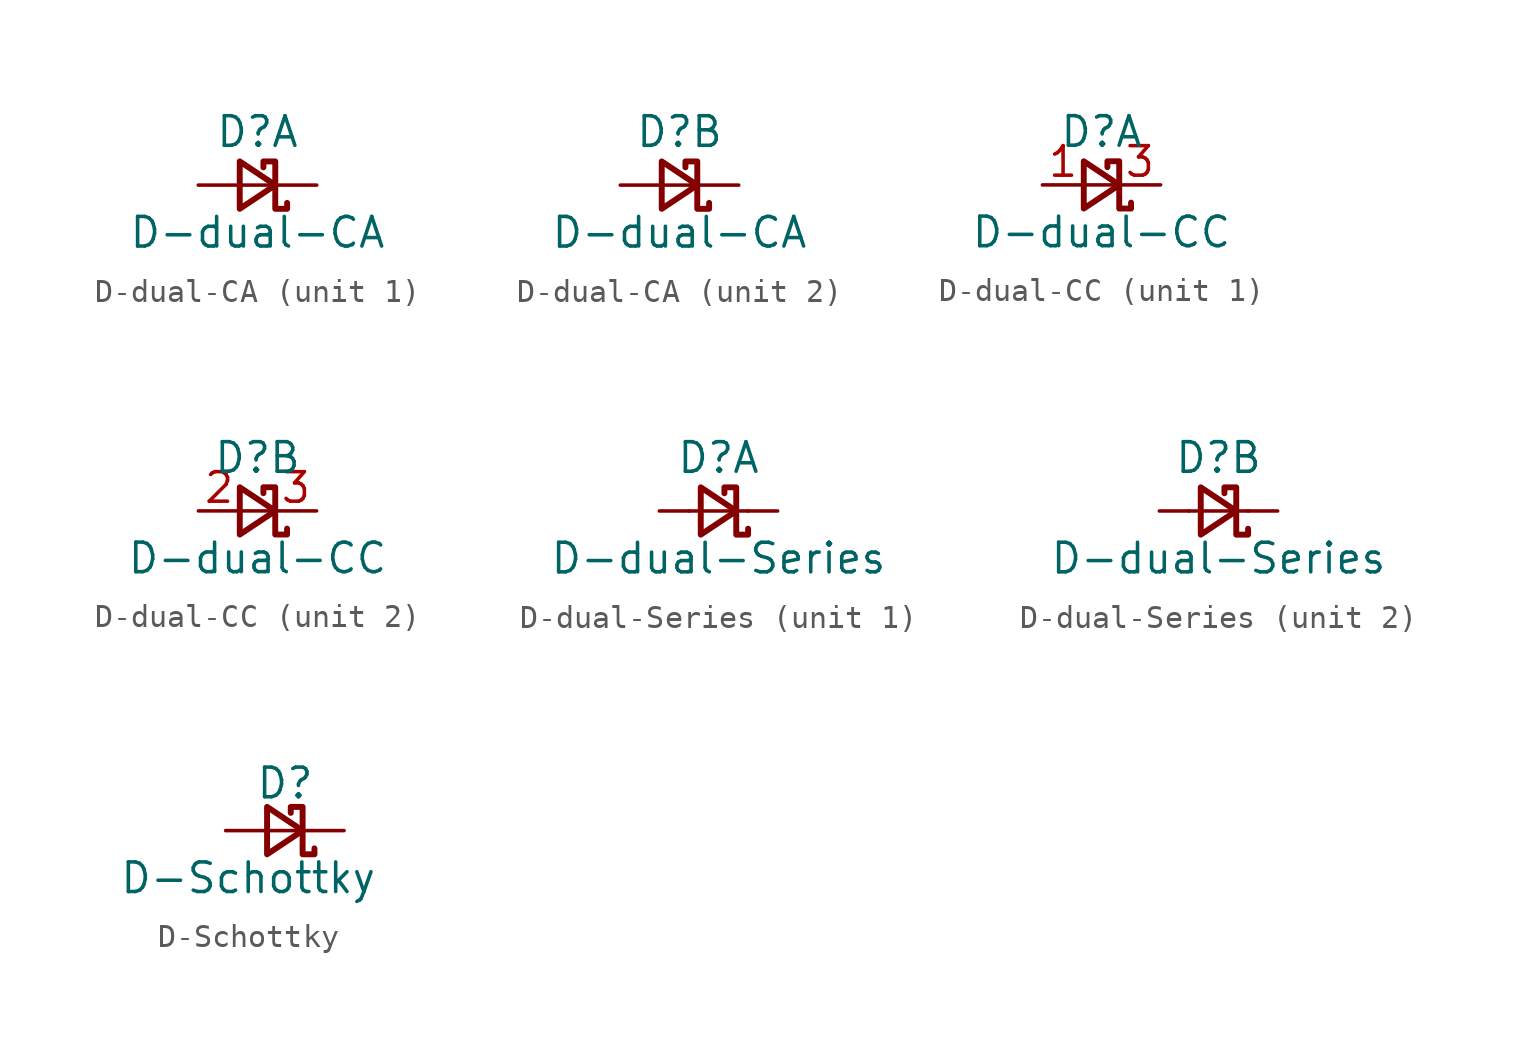
<source format=kicad_sym>
(kicad_symbol_lib
  (version 20231120)
  (generator "kicad_symbol_editor")
  (generator_version "8.0")
  (symbol "D-dual-CA"
    (pin_numbers hide)
    (pin_names hide)
    (property "Reference" "D"
      (at 0 2.286 0)
      (effects (font (size 1.27 1.27))))
    (property "Value" "D-dual-CA"
      (at 0 -2.032 0)
      (effects (font (size 1.27 1.27))))
    (symbol "D-dual-CA_0_1"
      (polyline (pts (xy 0.762 0) (xy -0.762 0)) (stroke (width 0) (type default)) (fill (type none)))
      (polyline (pts (xy -0.762 1.016) (xy 0.762 0) (xy -0.762 -1.016) (xy -0.762 1.016)) (stroke (width 0.254) (type default)) (fill (type none)))
      (polyline (pts (xy 1.27 -0.762) (xy 1.27 -1.016) (xy 0.762 -1.016) (xy 0.762 1.016) (xy 0.254 1.016) (xy 0.254 0.762)) (stroke (width 0.254) (type default)) (fill (type none)))
      (pin passive line (at -2.54 0 0) (length 1.778) (name "A" (effects (font (size 1.27 1.27)))) (number "3" (effects (font (size 1.27 1.27))))))
    (symbol "D-dual-CA_1_1"
      (pin passive line (at 2.54 0 180) (length 1.778) (name "K" (effects (font (size 1.27 1.27)))) (number "1" (effects (font (size 1.27 1.27))))))
    (symbol "D-dual-CA_2_1"
      (pin passive line (at 2.54 0 180) (length 1.778) (name "K" (effects (font (size 1.27 1.27)))) (number "2" (effects (font (size 1.27 1.27)))))))
  (symbol "D-dual-CC"
    (pin_names hide)
    (property "Reference" "D"
      (at 0 2.286 0)
      (effects (font (size 1.27 1.27))))
    (property "Value" "D-dual-CC"
      (at 0 -2.032 0)
      (effects (font (size 1.27 1.27))))
    (symbol "D-dual-CC_0_1"
      (polyline (pts (xy 0.762 0) (xy -0.762 0)) (stroke (width 0) (type default)) (fill (type none)))
      (polyline (pts (xy -0.762 1.016) (xy 0.762 0) (xy -0.762 -1.016) (xy -0.762 1.016)) (stroke (width 0.254) (type default)) (fill (type none)))
      (polyline (pts (xy 1.27 -0.762) (xy 1.27 -1.016) (xy 0.762 -1.016) (xy 0.762 1.016) (xy 0.254 1.016) (xy 0.254 0.762)) (stroke (width 0.254) (type default)) (fill (type none)))
      (pin passive line (at 2.54 0 180) (length 1.778) (name "K" (effects (font (size 1.27 1.27)))) (number "3" (effects (font (size 1.27 1.27))))))
    (symbol "D-dual-CC_1_1"
      (pin passive line (at -2.54 0 0) (length 1.778) (name "K" (effects (font (size 1.27 1.27)))) (number "1" (effects (font (size 1.27 1.27))))))
    (symbol "D-dual-CC_2_1"
      (pin passive line (at -2.54 0 0) (length 1.778) (name "K" (effects (font (size 1.27 1.27)))) (number "2" (effects (font (size 1.27 1.27)))))))
  (symbol "D-dual-Series"
    (pin_numbers hide)
    (pin_names hide)
    (property "Reference" "D"
      (at 0 2.286 0)
      (effects (font (size 1.27 1.27))))
    (property "Value" "D-dual-Series"
      (at 0 -2.032 0)
      (effects (font (size 1.27 1.27))))
    (property "ki_locked" ""
      (at 0 0 0)
      (effects (font (size 1.27 1.27))))
    (symbol "D-dual-Series_0_1"
      (polyline (pts (xy -0.762 1.016) (xy 0.762 0) (xy -0.762 -1.016) (xy -0.762 1.016)) (stroke (width 0.254) (type default)) (fill (type none)))
      (polyline (pts (xy 1.27 -0.762) (xy 1.27 -1.016) (xy 0.762 -1.016) (xy 0.762 1.016) (xy 0.254 1.016) (xy 0.254 0.762)) (stroke (width 0.254) (type default)) (fill (type none))))
    (symbol "D-dual-Series_1_1"
      (polyline (pts (xy 1.27 0) (xy -1.27 0)) (stroke (width 0) (type default)) (fill (type none)))
      (pin passive line (at -2.54 0 0) (length 1.27) (name "A" (effects (font (size 1.27 1.27)))) (number "1" (effects (font (size 1.27 1.27)))))
      (pin passive line (at 2.54 0 180) (length 1.27) (name "KA" (effects (font (size 1.27 1.27)))) (number "3" (effects (font (size 1.27 1.27))))))
    (symbol "D-dual-Series_2_1"
      (polyline (pts (xy 1.27 0) (xy -1.27 0)) (stroke (width 0) (type default)) (fill (type none)))
      (pin passive line (at 2.54 0 180) (length 1.27) (name "K" (effects (font (size 1.27 1.27)))) (number "2" (effects (font (size 1.27 1.27)))))
      (pin passive line (at -2.54 0 0) (length 1.27) (name "K" (effects (font (size 1.27 1.27)))) (number "3" (effects (font (size 1.27 1.27)))))))
  (symbol "D-Schottky"
    (pin_numbers hide)
    (pin_names
      (offset 0.254) hide)
    (property "Reference" "D"
      (at -1.27 2.032 0)
      (effects (font (size 1.27 1.27)) (justify left)))
    (property "Value" "D-Schottky"
      (at -7.112 -2.032 0)
      (effects (font (size 1.27 1.27)) (justify left)))
    (symbol "D-Schottky_0_1"
      (polyline (pts (xy 0.762 0) (xy -0.762 0)) (stroke (width 0) (type default)) (fill (type none)))
      (polyline (pts (xy -0.762 1.016) (xy 0.762 0) (xy -0.762 -1.016) (xy -0.762 1.016)) (stroke (width 0.254) (type default)) (fill (type none)))
      (polyline (pts (xy 1.27 -0.762) (xy 1.27 -1.016) (xy 0.762 -1.016) (xy 0.762 1.016) (xy 0.254 1.016) (xy 0.254 0.762)) (stroke (width 0.254) (type default)) (fill (type none))))
    (symbol "D-Schottky_1_1"
      (pin passive line (at -2.54 0 0) (length 1.778) (name "K" (effects (font (size 1.27 1.27)))) (number "1" (effects (font (size 1.27 1.27)))))
      (pin passive line (at 2.54 0 180) (length 1.778) (name "K" (effects (font (size 1.27 1.27)))) (number "2" (effects (font (size 1.27 1.27))))))))
</source>
